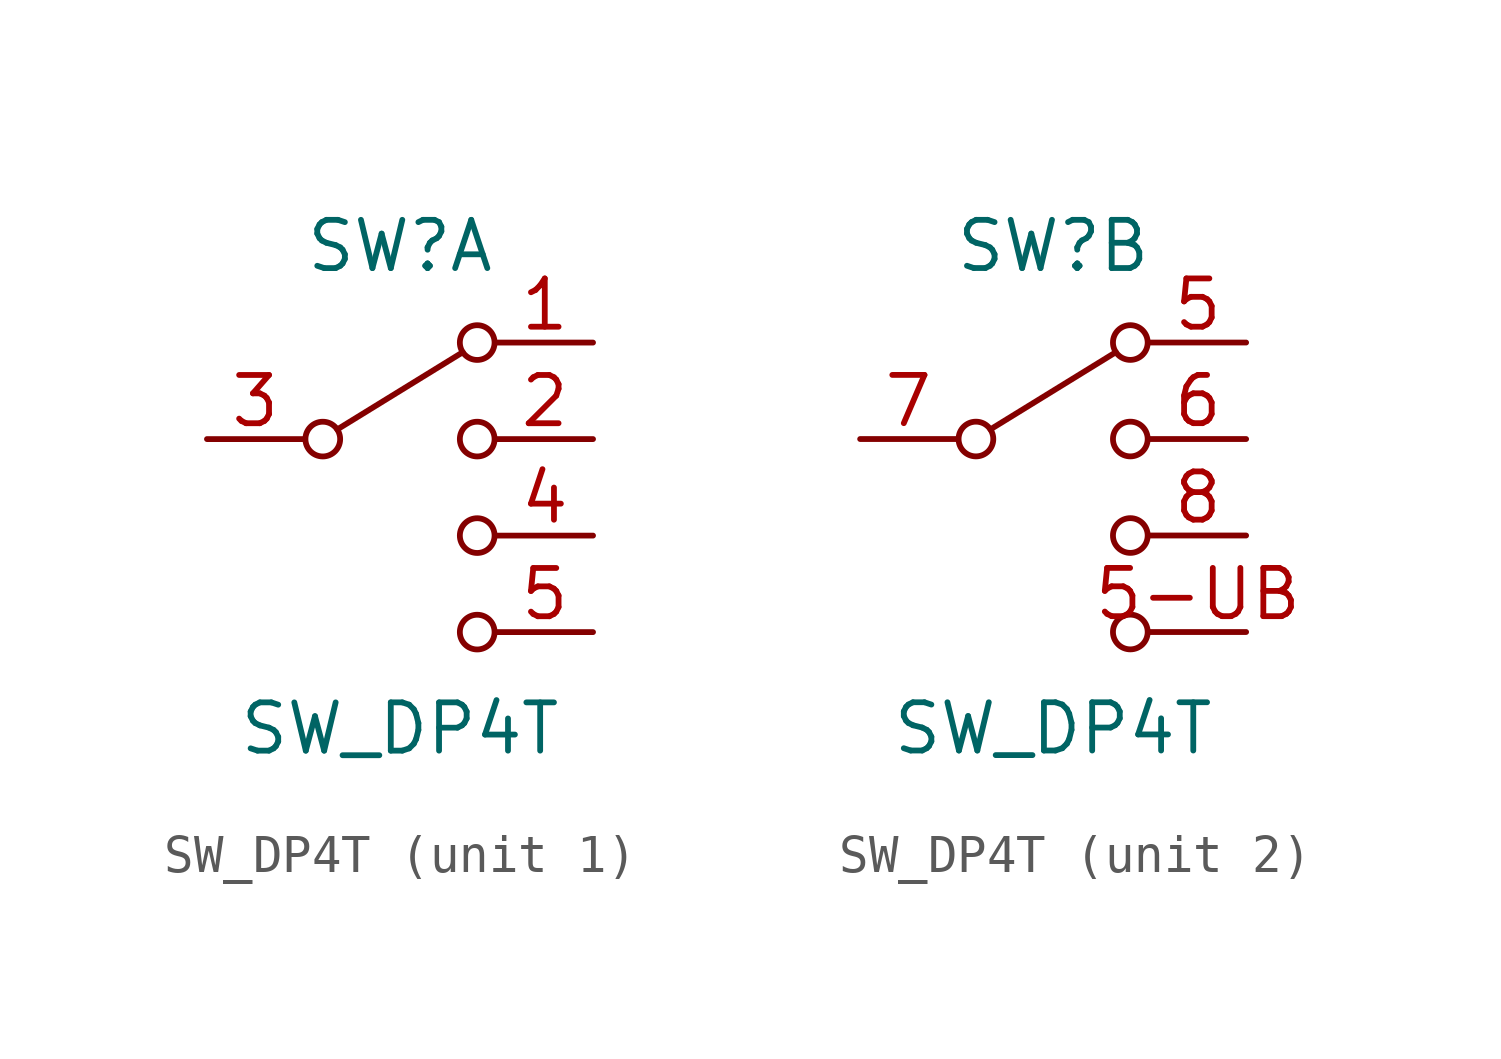
<source format=kicad_sym>
(kicad_symbol_lib
  (version 20220914)
  (generator kicad_symbol_editor)
  (symbol "SW_DP4T"
    (pin_names
      (offset 0) hide)
    (property "Reference" "SW"
      (at 0 5.08 0)
      (effects (font (size 1.27 1.27))))
    (property "Value" "SW_DP4T"
      (at 0 -7.62 0)
      (effects (font (size 1.27 1.27))))
    (symbol "SW_DP4T_0_1"
      (circle (center -2.032 0) (radius 0.457) (stroke (width 0) (type default)) (fill (type none)))
      (polyline (pts (xy -1.651 0.254) (xy 1.651 2.286)) (stroke (width 0) (type default)) (fill (type none)))
      (circle (center 2.032 -5.08) (radius 0.457) (stroke (width 0) (type default)) (fill (type none)))
      (circle (center 2.032 -2.54) (radius 0.457) (stroke (width 0) (type default)) (fill (type none)))
      (circle (center 2.032 0) (radius 0.457) (stroke (width 0) (type default)) (fill (type none)))
      (circle (center 2.032 2.54) (radius 0.457) (stroke (width 0) (type default)) (fill (type none))))
    (symbol "SW_DP4T_1_1"
      (pin passive line (at 5.08 2.54 180) (length 2.54) (name "1" (effects (font (size 1.27 1.27)))) (number "1" (effects (font (size 1.27 1.27)))))
      (pin passive line (at 5.08 0 180) (length 2.54) (name "2" (effects (font (size 1.27 1.27)))) (number "2" (effects (font (size 1.27 1.27)))))
      (pin passive line (at -5.08 0 0) (length 2.54) (name "3" (effects (font (size 1.27 1.27)))) (number "3" (effects (font (size 1.27 1.27)))))
      (pin passive line (at 5.08 -2.54 180) (length 2.54) (name "4" (effects (font (size 1.27 1.27)))) (number "4" (effects (font (size 1.27 1.27)))))
      (pin input line (at 5.08 -5.08 180) (length 2.54) (name "" (effects (font (size 1.27 1.27)))) (number "5" (effects (font (size 1.27 1.27))))))
    (symbol "SW_DP4T_2_1"
      (pin passive line (at 5.08 2.54 180) (length 2.54) (name "1" (effects (font (size 1.27 1.27)))) (number "5" (effects (font (size 1.27 1.27)))))
      (pin input line (at 5.08 -5.08 180) (length 2.54) (name "" (effects (font (size 1.27 1.27)))) (number "5-UB" (effects (font (size 1.27 1.27)))))
      (pin passive line (at 5.08 0 180) (length 2.54) (name "6" (effects (font (size 1.27 1.27)))) (number "6" (effects (font (size 1.27 1.27)))))
      (pin passive line (at -5.08 0 0) (length 2.54) (name "3" (effects (font (size 1.27 1.27)))) (number "7" (effects (font (size 1.27 1.27)))))
      (pin passive line (at 5.08 -2.54 180) (length 2.54) (name "8" (effects (font (size 1.27 1.27)))) (number "8" (effects (font (size 1.27 1.27))))))))
</source>
